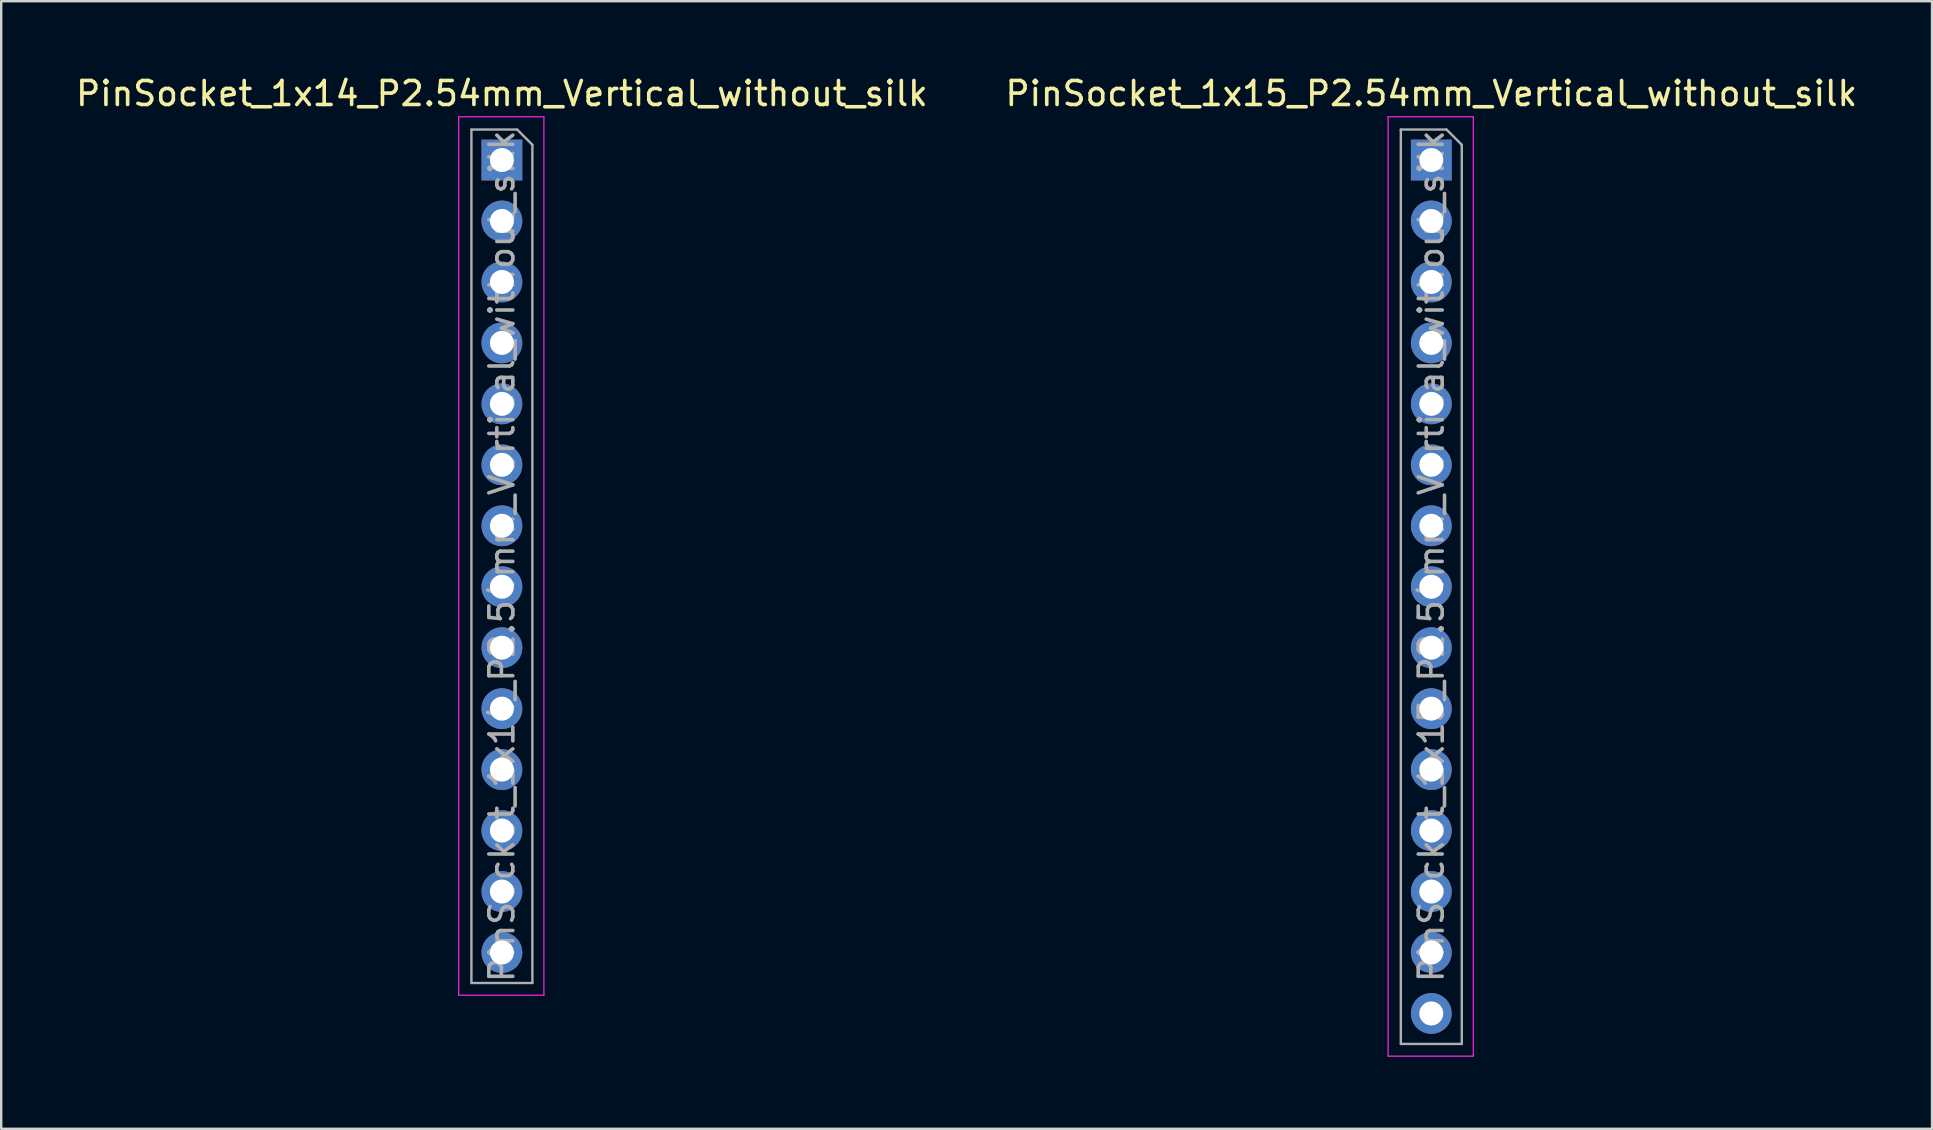
<source format=kicad_pcb>
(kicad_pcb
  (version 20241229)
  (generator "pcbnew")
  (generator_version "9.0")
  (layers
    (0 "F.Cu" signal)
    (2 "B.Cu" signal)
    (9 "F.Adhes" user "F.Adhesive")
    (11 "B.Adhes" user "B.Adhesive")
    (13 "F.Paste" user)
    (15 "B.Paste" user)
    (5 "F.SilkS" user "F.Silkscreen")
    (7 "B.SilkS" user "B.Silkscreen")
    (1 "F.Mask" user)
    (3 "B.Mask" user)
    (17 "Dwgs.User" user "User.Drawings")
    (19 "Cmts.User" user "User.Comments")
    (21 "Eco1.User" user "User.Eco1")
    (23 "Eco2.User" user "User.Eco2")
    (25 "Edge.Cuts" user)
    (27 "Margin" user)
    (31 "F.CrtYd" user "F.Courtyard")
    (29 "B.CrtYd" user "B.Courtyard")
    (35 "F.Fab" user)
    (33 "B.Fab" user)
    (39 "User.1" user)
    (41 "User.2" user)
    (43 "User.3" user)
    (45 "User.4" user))
  (footprint "PinSocket_1x14_P2.54mm_Vertical_without_silk"
    (layer "F.Cu")
    (at 17.863 3.618)
    (property "Reference" "PinSocket_1x14_P2.54mm_Vertical_without_silk" (at 0 -2.77 0) (layer "F.SilkS") (effects (font (size 1 1) (thickness 0.15))))
    (attr through_hole)
    (fp_line (start -1.8 -1.8) (end 1.75 -1.8) (stroke (width 0.05) (type solid)) (layer "F.CrtYd"))
    (fp_line (start -1.8 34.8) (end -1.8 -1.8) (stroke (width 0.05) (type solid)) (layer "F.CrtYd"))
    (fp_line (start 1.75 -1.8) (end 1.75 34.8) (stroke (width 0.05) (type solid)) (layer "F.CrtYd"))
    (fp_line (start 1.75 34.8) (end -1.8 34.8) (stroke (width 0.05) (type solid)) (layer "F.CrtYd"))
    (fp_line (start -1.27 -1.27) (end 0.635 -1.27) (stroke (width 0.1) (type solid)) (layer "F.Fab"))
    (fp_line (start -1.27 34.29) (end -1.27 -1.27) (stroke (width 0.1) (type solid)) (layer "F.Fab"))
    (fp_line (start 0.635 -1.27) (end 1.27 -0.635) (stroke (width 0.1) (type solid)) (layer "F.Fab"))
    (fp_line (start 1.27 -0.635) (end 1.27 34.29) (stroke (width 0.1) (type solid)) (layer "F.Fab"))
    (fp_line (start 1.27 34.29) (end -1.27 34.29) (stroke (width 0.1) (type solid)) (layer "F.Fab"))
    (fp_text user "${REFERENCE}" (at 0 16.51 90) (layer "F.Fab") (effects (font (size 1 1) (thickness 0.15))))
    (pad "1" thru_hole rect (at 0 0) (size 1.7 1.7) (drill 1) (layers "*.Cu" "*.Mask"))
    (pad "2" thru_hole oval (at 0 2.54) (size 1.7 1.7) (drill 1) (layers "*.Cu" "*.Mask"))
    (pad "3" thru_hole oval (at 0 5.08) (size 1.7 1.7) (drill 1) (layers "*.Cu" "*.Mask"))
    (pad "4" thru_hole oval (at 0 7.62) (size 1.7 1.7) (drill 1) (layers "*.Cu" "*.Mask"))
    (pad "5" thru_hole oval (at 0 10.16) (size 1.7 1.7) (drill 1) (layers "*.Cu" "*.Mask"))
    (pad "6" thru_hole oval (at 0 12.7) (size 1.7 1.7) (drill 1) (layers "*.Cu" "*.Mask"))
    (pad "7" thru_hole oval (at 0 15.24) (size 1.7 1.7) (drill 1) (layers "*.Cu" "*.Mask"))
    (pad "8" thru_hole oval (at 0 17.78) (size 1.7 1.7) (drill 1) (layers "*.Cu" "*.Mask"))
    (pad "9" thru_hole oval (at 0 20.32) (size 1.7 1.7) (drill 1) (layers "*.Cu" "*.Mask"))
    (pad "10" thru_hole oval (at 0 22.86) (size 1.7 1.7) (drill 1) (layers "*.Cu" "*.Mask"))
    (pad "11" thru_hole oval (at 0 25.4) (size 1.7 1.7) (drill 1) (layers "*.Cu" "*.Mask"))
    (pad "12" thru_hole oval (at 0 27.94) (size 1.7 1.7) (drill 1) (layers "*.Cu" "*.Mask"))
    (pad "13" thru_hole oval (at 0 30.48) (size 1.7 1.7) (drill 1) (layers "*.Cu" "*.Mask"))
    (pad "14" thru_hole oval (at 0 33.02) (size 1.7 1.7) (drill 1) (layers "*.Cu" "*.Mask")))
  (footprint "PinSocket_1x15_P2.54mm_Vertical_without_silk"
    (layer "F.Cu")
    (at 56.589 3.618)
    (property "Reference" "PinSocket_1x15_P2.54mm_Vertical_without_silk" (at 0 -2.77 0) (layer "F.SilkS") (effects (font (size 1 1) (thickness 0.15))))
    (attr through_hole)
    (fp_line (start -1.8 -1.8) (end 1.75 -1.8) (stroke (width 0.05) (type solid)) (layer "F.CrtYd"))
    (fp_line (start -1.8 37.34) (end -1.8 -1.8) (stroke (width 0.05) (type solid)) (layer "F.CrtYd"))
    (fp_line (start 1.75 -1.8) (end 1.75 37.34) (stroke (width 0.05) (type solid)) (layer "F.CrtYd"))
    (fp_line (start 1.75 37.34) (end -1.8 37.34) (stroke (width 0.05) (type solid)) (layer "F.CrtYd"))
    (fp_line (start -1.27 -1.27) (end 0.635 -1.27) (stroke (width 0.1) (type solid)) (layer "F.Fab"))
    (fp_line (start -1.27 36.83) (end -1.27 -1.27) (stroke (width 0.1) (type solid)) (layer "F.Fab"))
    (fp_line (start 0.635 -1.27) (end 1.27 -0.635) (stroke (width 0.1) (type solid)) (layer "F.Fab"))
    (fp_line (start 1.27 -0.635) (end 1.27 36.83) (stroke (width 0.1) (type solid)) (layer "F.Fab"))
    (fp_line (start 1.27 36.83) (end -1.27 36.83) (stroke (width 0.1) (type solid)) (layer "F.Fab"))
    (fp_text user "${REFERENCE}" (at 0 16.51 90) (layer "F.Fab") (effects (font (size 1 1) (thickness 0.15))))
    (pad "1" thru_hole rect (at 0 0) (size 1.7 1.7) (drill 1) (layers "*.Cu" "*.Mask"))
    (pad "2" thru_hole oval (at 0 2.54) (size 1.7 1.7) (drill 1) (layers "*.Cu" "*.Mask"))
    (pad "3" thru_hole oval (at 0 5.08) (size 1.7 1.7) (drill 1) (layers "*.Cu" "*.Mask"))
    (pad "4" thru_hole oval (at 0 7.62) (size 1.7 1.7) (drill 1) (layers "*.Cu" "*.Mask"))
    (pad "5" thru_hole oval (at 0 10.16) (size 1.7 1.7) (drill 1) (layers "*.Cu" "*.Mask"))
    (pad "6" thru_hole oval (at 0 12.7) (size 1.7 1.7) (drill 1) (layers "*.Cu" "*.Mask"))
    (pad "7" thru_hole oval (at 0 15.24) (size 1.7 1.7) (drill 1) (layers "*.Cu" "*.Mask"))
    (pad "8" thru_hole oval (at 0 17.78) (size 1.7 1.7) (drill 1) (layers "*.Cu" "*.Mask"))
    (pad "9" thru_hole oval (at 0 20.32) (size 1.7 1.7) (drill 1) (layers "*.Cu" "*.Mask"))
    (pad "10" thru_hole oval (at 0 22.86) (size 1.7 1.7) (drill 1) (layers "*.Cu" "*.Mask"))
    (pad "11" thru_hole oval (at 0 25.4) (size 1.7 1.7) (drill 1) (layers "*.Cu" "*.Mask"))
    (pad "12" thru_hole oval (at 0 27.94) (size 1.7 1.7) (drill 1) (layers "*.Cu" "*.Mask"))
    (pad "13" thru_hole oval (at 0 30.48) (size 1.7 1.7) (drill 1) (layers "*.Cu" "*.Mask"))
    (pad "14" thru_hole oval (at 0 33.02) (size 1.7 1.7) (drill 1) (layers "*.Cu" "*.Mask"))
    (pad "15" thru_hole oval (at 0 35.56) (size 1.7 1.7) (drill 1) (layers "*.Cu" "*.Mask")))
  (gr_rect
    (start -3 -3)
    (end 77.452 43.983)
    (stroke (width 0.1) (type default))
    (fill no)
    (layer "Edge.Cuts")))
</source>
